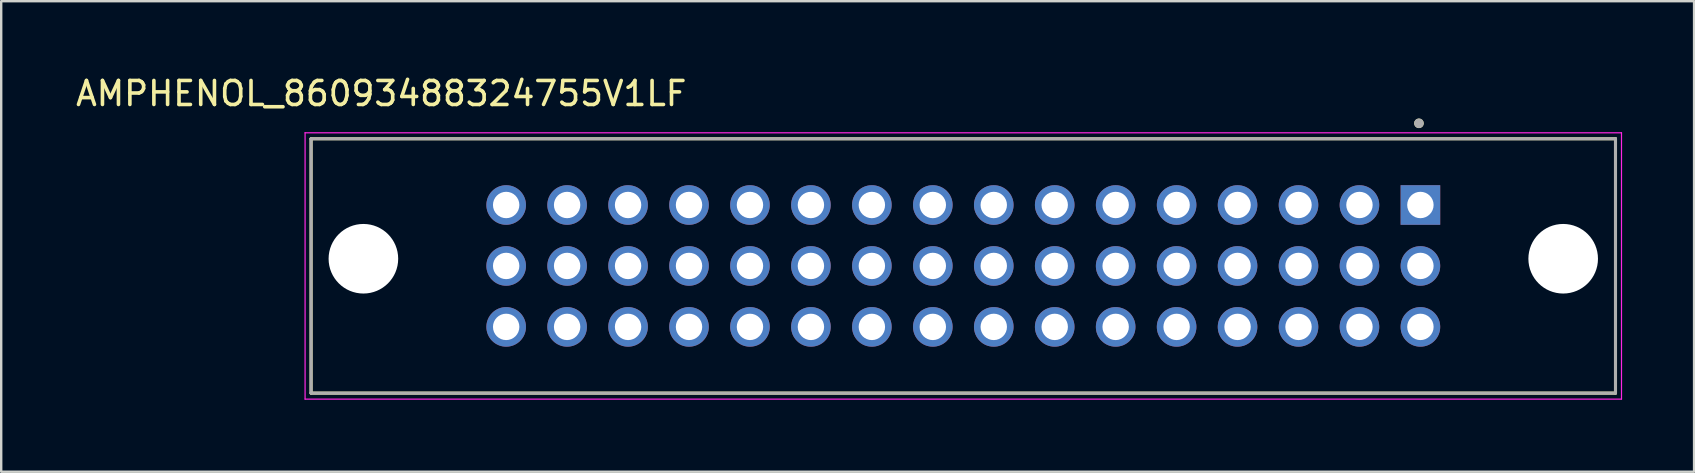
<source format=kicad_pcb>
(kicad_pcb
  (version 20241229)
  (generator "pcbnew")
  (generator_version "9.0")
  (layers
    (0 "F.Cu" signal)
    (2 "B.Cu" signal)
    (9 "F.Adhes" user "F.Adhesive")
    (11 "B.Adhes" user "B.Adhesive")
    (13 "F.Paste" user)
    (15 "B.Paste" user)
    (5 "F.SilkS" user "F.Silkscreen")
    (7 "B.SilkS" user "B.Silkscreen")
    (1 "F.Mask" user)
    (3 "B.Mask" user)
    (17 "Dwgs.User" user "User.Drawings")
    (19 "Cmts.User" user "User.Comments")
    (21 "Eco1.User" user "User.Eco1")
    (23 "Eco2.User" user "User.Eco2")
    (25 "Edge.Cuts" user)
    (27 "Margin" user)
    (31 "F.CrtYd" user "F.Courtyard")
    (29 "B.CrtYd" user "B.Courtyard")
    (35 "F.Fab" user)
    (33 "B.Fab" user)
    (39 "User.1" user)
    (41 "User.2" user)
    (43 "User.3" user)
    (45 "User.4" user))
  (footprint "AMPHENOL_86093488324755V1LF"
    (layer "F.Cu")
    (at 37.094 8.033)
    (property "Reference" "AMPHENOL_86093488324755V1LF" (at -24.255 -7.185 0) (layer "F.SilkS") (effects (font (size 1 1) (thickness 0.15))))
    (attr through_hole)
    (fp_line (start -27.18 -5.3) (end 27.18 -5.3) (stroke (width 0.127) (type solid)) (layer "F.SilkS"))
    (fp_line (start -27.18 5.3) (end -27.18 -5.3) (stroke (width 0.127) (type solid)) (layer "F.SilkS"))
    (fp_line (start 27.18 -5.3) (end 27.18 5.3) (stroke (width 0.127) (type solid)) (layer "F.SilkS"))
    (fp_line (start 27.18 5.3) (end -27.18 5.3) (stroke (width 0.127) (type solid)) (layer "F.SilkS"))
    (fp_circle (center 18.989 -5.944) (end 19.089 -5.944) (stroke (width 0.2) (type solid)) (fill no) (layer "F.SilkS"))
    (fp_line (start -27.43 -5.55) (end -27.43 5.55) (stroke (width 0.05) (type solid)) (layer "F.CrtYd"))
    (fp_line (start -27.43 5.55) (end 27.43 5.55) (stroke (width 0.05) (type solid)) (layer "F.CrtYd"))
    (fp_line (start 27.43 -5.55) (end -27.43 -5.55) (stroke (width 0.05) (type solid)) (layer "F.CrtYd"))
    (fp_line (start 27.43 5.55) (end 27.43 -5.55) (stroke (width 0.05) (type solid)) (layer "F.CrtYd"))
    (fp_line (start -27.18 -5.3) (end 27.18 -5.3) (stroke (width 0.127) (type solid)) (layer "F.Fab"))
    (fp_line (start -27.18 5.3) (end -27.18 -5.3) (stroke (width 0.127) (type solid)) (layer "F.Fab"))
    (fp_line (start 27.18 -5.3) (end 27.18 5.3) (stroke (width 0.127) (type solid)) (layer "F.Fab"))
    (fp_line (start 27.18 5.3) (end -27.18 5.3) (stroke (width 0.127) (type solid)) (layer "F.Fab"))
    (fp_circle (center 18.989 -5.944) (end 19.089 -5.944) (stroke (width 0.2) (type solid)) (fill no) (layer "F.Fab"))
    (pad "" np_thru_hole circle (at -25 -0.3) (size 2.9 2.9) (drill 2.9) (layers "*.Cu" "*.Mask"))
    (pad "" np_thru_hole circle (at 25 -0.3) (size 2.9 2.9) (drill 2.9) (layers "*.Cu" "*.Mask"))
    (pad "A1" thru_hole rect (at 19.05 -2.54) (size 1.65 1.65) (drill 1.1) (layers "*.Cu" "*.Mask"))
    (pad "A2" thru_hole circle (at 16.51 -2.54) (size 1.65 1.65) (drill 1.1) (layers "*.Cu" "*.Mask"))
    (pad "A3" thru_hole circle (at 13.97 -2.54) (size 1.65 1.65) (drill 1.1) (layers "*.Cu" "*.Mask"))
    (pad "A4" thru_hole circle (at 11.43 -2.54) (size 1.65 1.65) (drill 1.1) (layers "*.Cu" "*.Mask"))
    (pad "A5" thru_hole circle (at 8.89 -2.54) (size 1.65 1.65) (drill 1.1) (layers "*.Cu" "*.Mask"))
    (pad "A6" thru_hole circle (at 6.35 -2.54) (size 1.65 1.65) (drill 1.1) (layers "*.Cu" "*.Mask"))
    (pad "A7" thru_hole circle (at 3.81 -2.54) (size 1.65 1.65) (drill 1.1) (layers "*.Cu" "*.Mask"))
    (pad "A8" thru_hole circle (at 1.27 -2.54) (size 1.65 1.65) (drill 1.1) (layers "*.Cu" "*.Mask"))
    (pad "A9" thru_hole circle (at -1.27 -2.54) (size 1.65 1.65) (drill 1.1) (layers "*.Cu" "*.Mask"))
    (pad "A10" thru_hole circle (at -3.81 -2.54) (size 1.65 1.65) (drill 1.1) (layers "*.Cu" "*.Mask"))
    (pad "A11" thru_hole circle (at -6.35 -2.54) (size 1.65 1.65) (drill 1.1) (layers "*.Cu" "*.Mask"))
    (pad "A12" thru_hole circle (at -8.89 -2.54) (size 1.65 1.65) (drill 1.1) (layers "*.Cu" "*.Mask"))
    (pad "A13" thru_hole circle (at -11.43 -2.54) (size 1.65 1.65) (drill 1.1) (layers "*.Cu" "*.Mask"))
    (pad "A14" thru_hole circle (at -13.97 -2.54) (size 1.65 1.65) (drill 1.1) (layers "*.Cu" "*.Mask"))
    (pad "A15" thru_hole circle (at -16.51 -2.54) (size 1.65 1.65) (drill 1.1) (layers "*.Cu" "*.Mask"))
    (pad "A16" thru_hole circle (at -19.05 -2.54) (size 1.65 1.65) (drill 1.1) (layers "*.Cu" "*.Mask"))
    (pad "B1" thru_hole circle (at 19.05 0) (size 1.65 1.65) (drill 1.1) (layers "*.Cu" "*.Mask"))
    (pad "B2" thru_hole circle (at 16.51 0) (size 1.65 1.65) (drill 1.1) (layers "*.Cu" "*.Mask"))
    (pad "B3" thru_hole circle (at 13.97 0) (size 1.65 1.65) (drill 1.1) (layers "*.Cu" "*.Mask"))
    (pad "B4" thru_hole circle (at 11.43 0) (size 1.65 1.65) (drill 1.1) (layers "*.Cu" "*.Mask"))
    (pad "B5" thru_hole circle (at 8.89 0) (size 1.65 1.65) (drill 1.1) (layers "*.Cu" "*.Mask"))
    (pad "B6" thru_hole circle (at 6.35 0) (size 1.65 1.65) (drill 1.1) (layers "*.Cu" "*.Mask"))
    (pad "B7" thru_hole circle (at 3.81 0) (size 1.65 1.65) (drill 1.1) (layers "*.Cu" "*.Mask"))
    (pad "B8" thru_hole circle (at 1.27 0) (size 1.65 1.65) (drill 1.1) (layers "*.Cu" "*.Mask"))
    (pad "B9" thru_hole circle (at -1.27 0) (size 1.65 1.65) (drill 1.1) (layers "*.Cu" "*.Mask"))
    (pad "B10" thru_hole circle (at -3.81 0) (size 1.65 1.65) (drill 1.1) (layers "*.Cu" "*.Mask"))
    (pad "B11" thru_hole circle (at -6.35 0) (size 1.65 1.65) (drill 1.1) (layers "*.Cu" "*.Mask"))
    (pad "B12" thru_hole circle (at -8.89 0) (size 1.65 1.65) (drill 1.1) (layers "*.Cu" "*.Mask"))
    (pad "B13" thru_hole circle (at -11.43 0) (size 1.65 1.65) (drill 1.1) (layers "*.Cu" "*.Mask"))
    (pad "B14" thru_hole circle (at -13.97 0) (size 1.65 1.65) (drill 1.1) (layers "*.Cu" "*.Mask"))
    (pad "B15" thru_hole circle (at -16.51 0) (size 1.65 1.65) (drill 1.1) (layers "*.Cu" "*.Mask"))
    (pad "B16" thru_hole circle (at -19.05 0) (size 1.65 1.65) (drill 1.1) (layers "*.Cu" "*.Mask"))
    (pad "C1" thru_hole circle (at 19.05 2.54) (size 1.65 1.65) (drill 1.1) (layers "*.Cu" "*.Mask"))
    (pad "C2" thru_hole circle (at 16.51 2.54) (size 1.65 1.65) (drill 1.1) (layers "*.Cu" "*.Mask"))
    (pad "C3" thru_hole circle (at 13.97 2.54) (size 1.65 1.65) (drill 1.1) (layers "*.Cu" "*.Mask"))
    (pad "C4" thru_hole circle (at 11.43 2.54) (size 1.65 1.65) (drill 1.1) (layers "*.Cu" "*.Mask"))
    (pad "C5" thru_hole circle (at 8.89 2.54) (size 1.65 1.65) (drill 1.1) (layers "*.Cu" "*.Mask"))
    (pad "C6" thru_hole circle (at 6.35 2.54) (size 1.65 1.65) (drill 1.1) (layers "*.Cu" "*.Mask"))
    (pad "C7" thru_hole circle (at 3.81 2.54) (size 1.65 1.65) (drill 1.1) (layers "*.Cu" "*.Mask"))
    (pad "C8" thru_hole circle (at 1.27 2.54) (size 1.65 1.65) (drill 1.1) (layers "*.Cu" "*.Mask"))
    (pad "C9" thru_hole circle (at -1.27 2.54) (size 1.65 1.65) (drill 1.1) (layers "*.Cu" "*.Mask"))
    (pad "C10" thru_hole circle (at -3.81 2.54) (size 1.65 1.65) (drill 1.1) (layers "*.Cu" "*.Mask"))
    (pad "C11" thru_hole circle (at -6.35 2.54) (size 1.65 1.65) (drill 1.1) (layers "*.Cu" "*.Mask"))
    (pad "C12" thru_hole circle (at -8.89 2.54) (size 1.65 1.65) (drill 1.1) (layers "*.Cu" "*.Mask"))
    (pad "C13" thru_hole circle (at -11.43 2.54) (size 1.65 1.65) (drill 1.1) (layers "*.Cu" "*.Mask"))
    (pad "C14" thru_hole circle (at -13.97 2.54) (size 1.65 1.65) (drill 1.1) (layers "*.Cu" "*.Mask"))
    (pad "C15" thru_hole circle (at -16.51 2.54) (size 1.65 1.65) (drill 1.1) (layers "*.Cu" "*.Mask"))
    (pad "C16" thru_hole circle (at -19.05 2.54) (size 1.65 1.65) (drill 1.1) (layers "*.Cu" "*.Mask")))
  (gr_rect
    (start -3 -3)
    (end 67.549 16.608)
    (stroke (width 0.1) (type default))
    (fill no)
    (layer "Edge.Cuts")))
</source>
